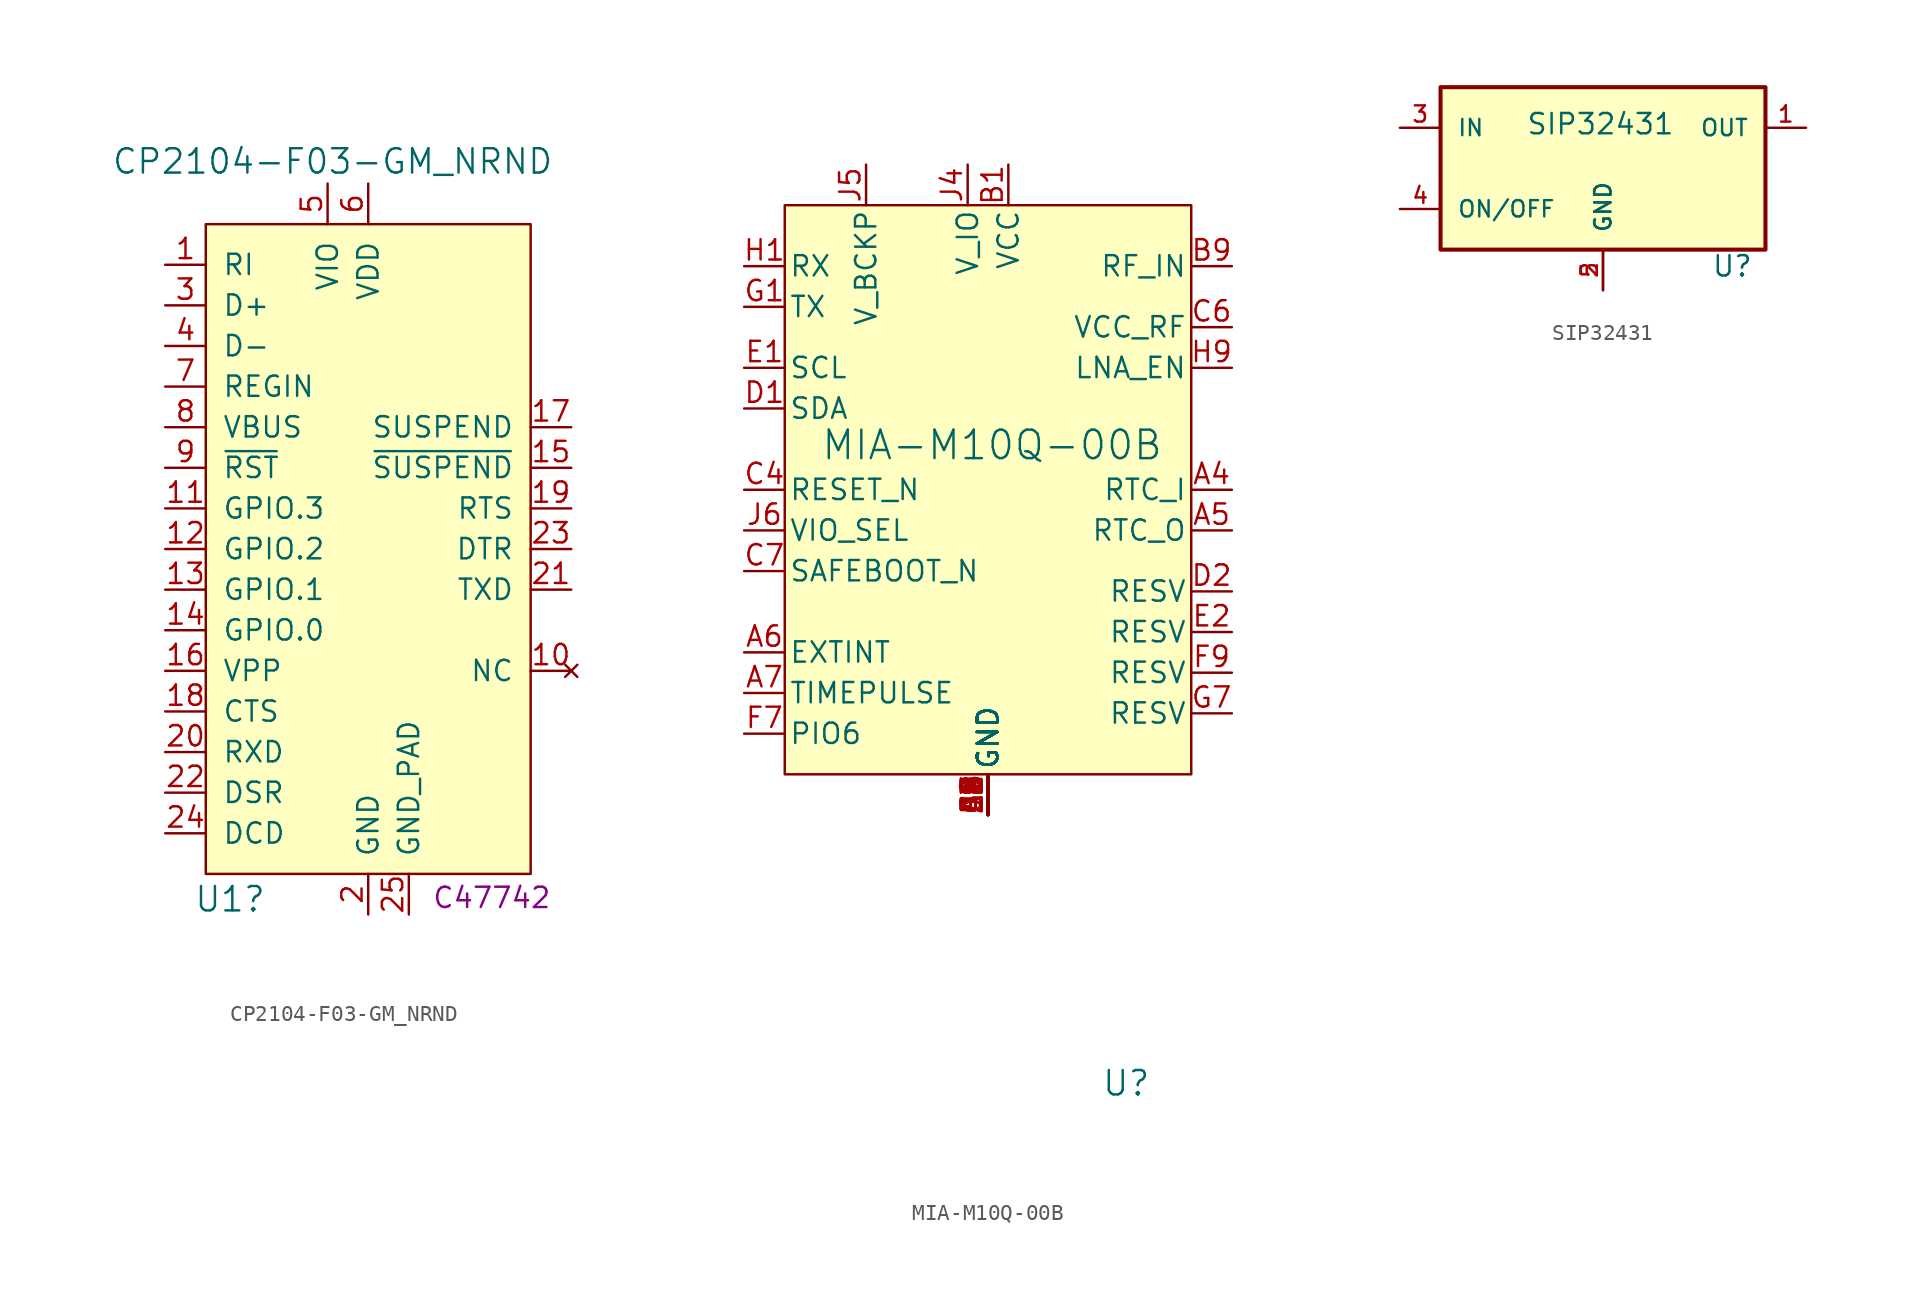
<source format=kicad_sym>
(kicad_symbol_lib
  (version 20231120)
  (generator "kicad_symbol_editor")
  (generator_version "8.0")
  (symbol "CP2104-F03-GM_NRND"
    (pin_names
      (offset 1.016))
    (property "Reference" "U1"
      (at -8.645 -26.984 0)
      (effects (font (size 1.524 1.524))))
    (property "Value" "CP2104-F03-GM_NRND"
      (at -2.225 19.164 0)
      (effects (font (size 1.524 1.524))))
    (property "LCSC" "C47742"
      (at 7.73 -26.891 0)
      (effects (font (size 1.27 1.27))))
    (symbol "CP2104-F03-GM_NRND_0_1"
      (rectangle (start -10.16 15.24) (end 10.16 -25.4) (stroke (width 0) (type solid)) (fill (type background))))
    (symbol "CP2104-F03-GM_NRND_1_1"
      (pin input line (at -12.7 12.7 0) (length 2.54) (name "RI" (effects (font (size 1.27 1.27)))) (number "1" (effects (font (size 1.27 1.27)))))
      (pin no_connect line (at 12.7 -12.7 180) (length 2.54) (name "NC" (effects (font (size 1.27 1.27)))) (number "10" (effects (font (size 1.27 1.27)))))
      (pin bidirectional line (at -12.7 -2.54 0) (length 2.54) (name "GPIO.3" (effects (font (size 1.27 1.27)))) (number "11" (effects (font (size 1.27 1.27)))))
      (pin bidirectional line (at -12.7 -5.08 0) (length 2.54) (name "GPIO.2" (effects (font (size 1.27 1.27)))) (number "12" (effects (font (size 1.27 1.27)))))
      (pin bidirectional line (at -12.7 -7.62 0) (length 2.54) (name "GPIO.1" (effects (font (size 1.27 1.27)))) (number "13" (effects (font (size 1.27 1.27)))))
      (pin bidirectional line (at -12.7 -10.16 0) (length 2.54) (name "GPIO.0" (effects (font (size 1.27 1.27)))) (number "14" (effects (font (size 1.27 1.27)))))
      (pin output line (at 12.7 0 180) (length 2.54) (name "~{SUSPEND}" (effects (font (size 1.27 1.27)))) (number "15" (effects (font (size 1.27 1.27)))))
      (pin input line (at -12.7 -12.7 0) (length 2.54) (name "VPP" (effects (font (size 1.27 1.27)))) (number "16" (effects (font (size 1.27 1.27)))))
      (pin output line (at 12.7 2.54 180) (length 2.54) (name "SUSPEND" (effects (font (size 1.27 1.27)))) (number "17" (effects (font (size 1.27 1.27)))))
      (pin input line (at -12.7 -15.24 0) (length 2.54) (name "CTS" (effects (font (size 1.27 1.27)))) (number "18" (effects (font (size 1.27 1.27)))))
      (pin output line (at 12.7 -2.54 180) (length 2.54) (name "RTS" (effects (font (size 1.27 1.27)))) (number "19" (effects (font (size 1.27 1.27)))))
      (pin power_in line (at 0 -27.94 90) (length 2.54) (name "GND" (effects (font (size 1.27 1.27)))) (number "2" (effects (font (size 1.27 1.27)))))
      (pin input line (at -12.7 -17.78 0) (length 2.54) (name "RXD" (effects (font (size 1.27 1.27)))) (number "20" (effects (font (size 1.27 1.27)))))
      (pin output line (at 12.7 -7.62 180) (length 2.54) (name "TXD" (effects (font (size 1.27 1.27)))) (number "21" (effects (font (size 1.27 1.27)))))
      (pin input line (at -12.7 -20.32 0) (length 2.54) (name "DSR" (effects (font (size 1.27 1.27)))) (number "22" (effects (font (size 1.27 1.27)))))
      (pin output line (at 12.7 -5.08 180) (length 2.54) (name "DTR" (effects (font (size 1.27 1.27)))) (number "23" (effects (font (size 1.27 1.27)))))
      (pin input line (at -12.7 -22.86 0) (length 2.54) (name "DCD" (effects (font (size 1.27 1.27)))) (number "24" (effects (font (size 1.27 1.27)))))
      (pin power_in line (at 2.54 -27.94 90) (length 2.54) (name "GND_PAD" (effects (font (size 1.27 1.27)))) (number "25" (effects (font (size 1.27 1.27)))))
      (pin bidirectional line (at -12.7 10.16 0) (length 2.54) (name "D+" (effects (font (size 1.27 1.27)))) (number "3" (effects (font (size 1.27 1.27)))))
      (pin bidirectional line (at -12.7 7.62 0) (length 2.54) (name "D-" (effects (font (size 1.27 1.27)))) (number "4" (effects (font (size 1.27 1.27)))))
      (pin power_in line (at -2.54 17.78 270) (length 2.54) (name "VIO" (effects (font (size 1.27 1.27)))) (number "5" (effects (font (size 1.27 1.27)))))
      (pin power_in line (at 0 17.78 270) (length 2.54) (name "VDD" (effects (font (size 1.27 1.27)))) (number "6" (effects (font (size 1.27 1.27)))))
      (pin input line (at -12.7 5.08 0) (length 2.54) (name "REGIN" (effects (font (size 1.27 1.27)))) (number "7" (effects (font (size 1.27 1.27)))))
      (pin input line (at -12.7 2.54 0) (length 2.54) (name "VBUS" (effects (font (size 1.27 1.27)))) (number "8" (effects (font (size 1.27 1.27)))))
      (pin bidirectional line (at -12.7 0 0) (length 2.54) (name "~{RST}" (effects (font (size 1.27 1.27)))) (number "9" (effects (font (size 1.27 1.27)))))))
  (symbol "MIA-M10Q-00B"
    (pin_names
      (offset 0.254))
    (property "Reference" "U"
      (at 8.636 -29.464 0)
      (effects (font (size 1.524 1.524))))
    (property "Value" "MIA-M10Q-00B"
      (at 0.254 10.414 0)
      (effects (font (size 1.778 1.778))))
    (symbol "MIA-M10Q-00B_1_1"
      (rectangle (start -12.7 25.4) (end 12.7 -10.16) (stroke (width 0) (type default)) (fill (type background)))
      (pin power_out line (at 0 -12.7 90) (length 2.54) (name "GND" (effects (font (size 1.27 1.27)))) (number "A1" (effects (font (size 1.27 1.27)))))
      (pin power_out line (at 0 -12.7 90) (length 2.54) (name "GND" (effects (font (size 1.27 1.27)))) (number "A2" (effects (font (size 1.27 1.27)))))
      (pin power_out line (at 0 -12.7 90) (length 2.54) (name "GND" (effects (font (size 1.27 1.27)))) (number "A3" (effects (font (size 1.27 1.27)))))
      (pin bidirectional line (at 15.24 7.62 180) (length 2.54) (name "RTC_I" (effects (font (size 1.27 1.27)))) (number "A4" (effects (font (size 1.27 1.27)))))
      (pin bidirectional line (at 15.24 5.08 180) (length 2.54) (name "RTC_O" (effects (font (size 1.27 1.27)))) (number "A5" (effects (font (size 1.27 1.27)))))
      (pin bidirectional line (at -15.24 -2.54 0) (length 2.54) (name "EXTINT" (effects (font (size 1.27 1.27)))) (number "A6" (effects (font (size 1.27 1.27)))))
      (pin output line (at -15.24 -5.08 0) (length 2.54) (name "TIMEPULSE" (effects (font (size 1.27 1.27)))) (number "A7" (effects (font (size 1.27 1.27)))))
      (pin power_out line (at 0 -12.7 90) (length 2.54) (name "GND" (effects (font (size 1.27 1.27)))) (number "A8" (effects (font (size 1.27 1.27)))))
      (pin power_out line (at 0 -12.7 90) (length 2.54) (name "GND" (effects (font (size 1.27 1.27)))) (number "A9" (effects (font (size 1.27 1.27)))))
      (pin power_in line (at 1.27 27.94 270) (length 2.54) (name "VCC" (effects (font (size 1.27 1.27)))) (number "B1" (effects (font (size 1.27 1.27)))))
      (pin power_out line (at 0 -12.7 90) (length 2.54) (name "GND" (effects (font (size 1.27 1.27)))) (number "B2" (effects (font (size 1.27 1.27)))))
      (pin power_out line (at 0 -12.7 90) (length 2.54) (name "GND" (effects (font (size 1.27 1.27)))) (number "B8" (effects (font (size 1.27 1.27)))))
      (pin input line (at 15.24 21.59 180) (length 2.54) (name "RF_IN" (effects (font (size 1.27 1.27)))) (number "B9" (effects (font (size 1.27 1.27)))))
      (pin no_connect line (at 15.24 -8.89 180) (length 2.54) hide (name "RESV" (effects (font (size 1.27 1.27)))) (number "C1" (effects (font (size 1.27 1.27)))))
      (pin power_out line (at 0 -12.7 90) (length 2.54) (name "GND" (effects (font (size 1.27 1.27)))) (number "C3" (effects (font (size 1.27 1.27)))))
      (pin input line (at -15.24 7.62 0) (length 2.54) (name "RESET_N" (effects (font (size 1.27 1.27)))) (number "C4" (effects (font (size 1.27 1.27)))))
      (pin no_connect line (at 15.24 -10.16 180) (length 2.54) hide (name "RESV" (effects (font (size 1.27 1.27)))) (number "C5" (effects (font (size 1.27 1.27)))))
      (pin power_out line (at 15.24 17.78 180) (length 2.54) (name "VCC_RF" (effects (font (size 1.27 1.27)))) (number "C6" (effects (font (size 1.27 1.27)))))
      (pin input line (at -15.24 2.54 0) (length 2.54) (name "SAFEBOOT_N" (effects (font (size 1.27 1.27)))) (number "C7" (effects (font (size 1.27 1.27)))))
      (pin power_out line (at 0 -12.7 90) (length 2.54) (name "GND" (effects (font (size 1.27 1.27)))) (number "C9" (effects (font (size 1.27 1.27)))))
      (pin bidirectional line (at -15.24 12.7 0) (length 2.54) (name "SDA" (effects (font (size 1.27 1.27)))) (number "D1" (effects (font (size 1.27 1.27)))))
      (pin unspecified line (at 15.24 1.27 180) (length 2.54) (name "RESV" (effects (font (size 1.27 1.27)))) (number "D2" (effects (font (size 1.27 1.27)))))
      (pin no_connect line (at 15.24 -11.43 180) (length 2.54) hide (name "RESV" (effects (font (size 1.27 1.27)))) (number "D9" (effects (font (size 1.27 1.27)))))
      (pin bidirectional line (at -15.24 15.24 0) (length 2.54) (name "SCL" (effects (font (size 1.27 1.27)))) (number "E1" (effects (font (size 1.27 1.27)))))
      (pin unspecified line (at 15.24 -1.27 180) (length 2.54) (name "RESV" (effects (font (size 1.27 1.27)))) (number "E2" (effects (font (size 1.27 1.27)))))
      (pin power_out line (at 0 -12.7 90) (length 2.54) (name "GND" (effects (font (size 1.27 1.27)))) (number "E3" (effects (font (size 1.27 1.27)))))
      (pin power_out line (at 0 -12.7 90) (length 2.54) (name "GND" (effects (font (size 1.27 1.27)))) (number "E4" (effects (font (size 1.27 1.27)))))
      (pin no_connect line (at 15.24 -12.7 180) (length 2.54) hide (name "RESV" (effects (font (size 1.27 1.27)))) (number "E7" (effects (font (size 1.27 1.27)))))
      (pin power_out line (at 0 -12.7 90) (length 2.54) (name "GND" (effects (font (size 1.27 1.27)))) (number "E9" (effects (font (size 1.27 1.27)))))
      (pin power_out line (at 0 -12.7 90) (length 2.54) (name "GND" (effects (font (size 1.27 1.27)))) (number "F1" (effects (font (size 1.27 1.27)))))
      (pin power_out line (at 0 -12.7 90) (length 2.54) (name "GND" (effects (font (size 1.27 1.27)))) (number "F3" (effects (font (size 1.27 1.27)))))
      (pin power_out line (at 0 -12.7 90) (length 2.54) (name "GND" (effects (font (size 1.27 1.27)))) (number "F4" (effects (font (size 1.27 1.27)))))
      (pin unspecified line (at -15.24 -7.62 0) (length 2.54) (name "PIO6" (effects (font (size 1.27 1.27)))) (number "F7" (effects (font (size 1.27 1.27)))))
      (pin input line (at 15.24 -3.81 180) (length 2.54) (name "RESV" (effects (font (size 1.27 1.27)))) (number "F9" (effects (font (size 1.27 1.27)))))
      (pin output line (at -15.24 19.05 0) (length 2.54) (name "TX" (effects (font (size 1.27 1.27)))) (number "G1" (effects (font (size 1.27 1.27)))))
      (pin power_out line (at 0 -12.7 90) (length 2.54) (name "GND" (effects (font (size 1.27 1.27)))) (number "G3" (effects (font (size 1.27 1.27)))))
      (pin power_out line (at 0 -12.7 90) (length 2.54) (name "GND" (effects (font (size 1.27 1.27)))) (number "G4" (effects (font (size 1.27 1.27)))))
      (pin power_out line (at 0 -12.7 90) (length 2.54) (name "GND" (effects (font (size 1.27 1.27)))) (number "G5" (effects (font (size 1.27 1.27)))))
      (pin power_out line (at 0 -12.7 90) (length 2.54) (name "GND" (effects (font (size 1.27 1.27)))) (number "G6" (effects (font (size 1.27 1.27)))))
      (pin input line (at 15.24 -6.35 180) (length 2.54) (name "RESV" (effects (font (size 1.27 1.27)))) (number "G7" (effects (font (size 1.27 1.27)))))
      (pin no_connect line (at 15.24 -13.97 180) (length 2.54) hide (name "RESV" (effects (font (size 1.27 1.27)))) (number "G9" (effects (font (size 1.27 1.27)))))
      (pin input line (at -15.24 21.59 0) (length 2.54) (name "RX" (effects (font (size 1.27 1.27)))) (number "H1" (effects (font (size 1.27 1.27)))))
      (pin power_out line (at 0 -12.7 90) (length 2.54) (name "GND" (effects (font (size 1.27 1.27)))) (number "H8" (effects (font (size 1.27 1.27)))))
      (pin output line (at 15.24 15.24 180) (length 2.54) (name "LNA_EN" (effects (font (size 1.27 1.27)))) (number "H9" (effects (font (size 1.27 1.27)))))
      (pin no_connect line (at 15.24 -15.24 180) (length 2.54) hide (name "RESV" (effects (font (size 1.27 1.27)))) (number "J1" (effects (font (size 1.27 1.27)))))
      (pin no_connect line (at 15.24 -16.51 180) (length 2.54) hide (name "RESV" (effects (font (size 1.27 1.27)))) (number "J2" (effects (font (size 1.27 1.27)))))
      (pin no_connect line (at 15.24 -17.78 180) (length 2.54) hide (name "RESV" (effects (font (size 1.27 1.27)))) (number "J3" (effects (font (size 1.27 1.27)))))
      (pin power_in line (at -1.27 27.94 270) (length 2.54) (name "V_IO" (effects (font (size 1.27 1.27)))) (number "J4" (effects (font (size 1.27 1.27)))))
      (pin power_in line (at -7.62 27.94 270) (length 2.54) (name "V_BCKP" (effects (font (size 1.27 1.27)))) (number "J5" (effects (font (size 1.27 1.27)))))
      (pin input line (at -15.24 5.08 0) (length 2.54) (name "VIO_SEL" (effects (font (size 1.27 1.27)))) (number "J6" (effects (font (size 1.27 1.27)))))
      (pin no_connect line (at 15.24 -19.05 180) (length 2.54) hide (name "RESV" (effects (font (size 1.27 1.27)))) (number "J7" (effects (font (size 1.27 1.27)))))
      (pin power_out line (at 0 -12.7 90) (length 2.54) (name "GND" (effects (font (size 1.27 1.27)))) (number "J8" (effects (font (size 1.27 1.27)))))
      (pin power_out line (at 0 -12.7 90) (length 2.54) (name "GND" (effects (font (size 1.27 1.27)))) (number "J9" (effects (font (size 1.27 1.27)))))))
  (symbol "SIP32431"
    (pin_names
      (offset 1.016))
    (property "Reference" "U"
      (at 9.398 -6.858 0)
      (effects (font (size 1.27 1.27)) (justify right bottom)))
    (property "Value" "SIP32431"
      (at -4.826 2.032 0)
      (effects (font (size 1.27 1.27)) (justify left bottom)))
    (symbol "SIP32431_0_0"
      (rectangle (start -10.16 5.08) (end 10.16 -5.08) (stroke (width 0.254) (type default)) (fill (type background)))
      (pin output line (at 12.7 2.54 180) (length 2.54) (name "OUT" (effects (font (size 1.016 1.016)))) (number "1" (effects (font (size 1.016 1.016)))))
      (pin power_in line (at 0 -7.62 90) (length 2.54) (name "GND" (effects (font (size 1.016 1.016)))) (number "2" (effects (font (size 1.016 1.016)))))
      (pin input line (at -12.7 2.54 0) (length 2.54) (name "IN" (effects (font (size 1.016 1.016)))) (number "3" (effects (font (size 1.016 1.016)))))
      (pin input line (at -12.7 -2.54 0) (length 2.54) (name "ON/OFF" (effects (font (size 1.016 1.016)))) (number "4" (effects (font (size 1.016 1.016)))))
      (pin power_in line (at 0 -7.62 90) (length 2.54) (name "GND" (effects (font (size 1.016 1.016)))) (number "5" (effects (font (size 1.016 1.016))))))))
</source>
